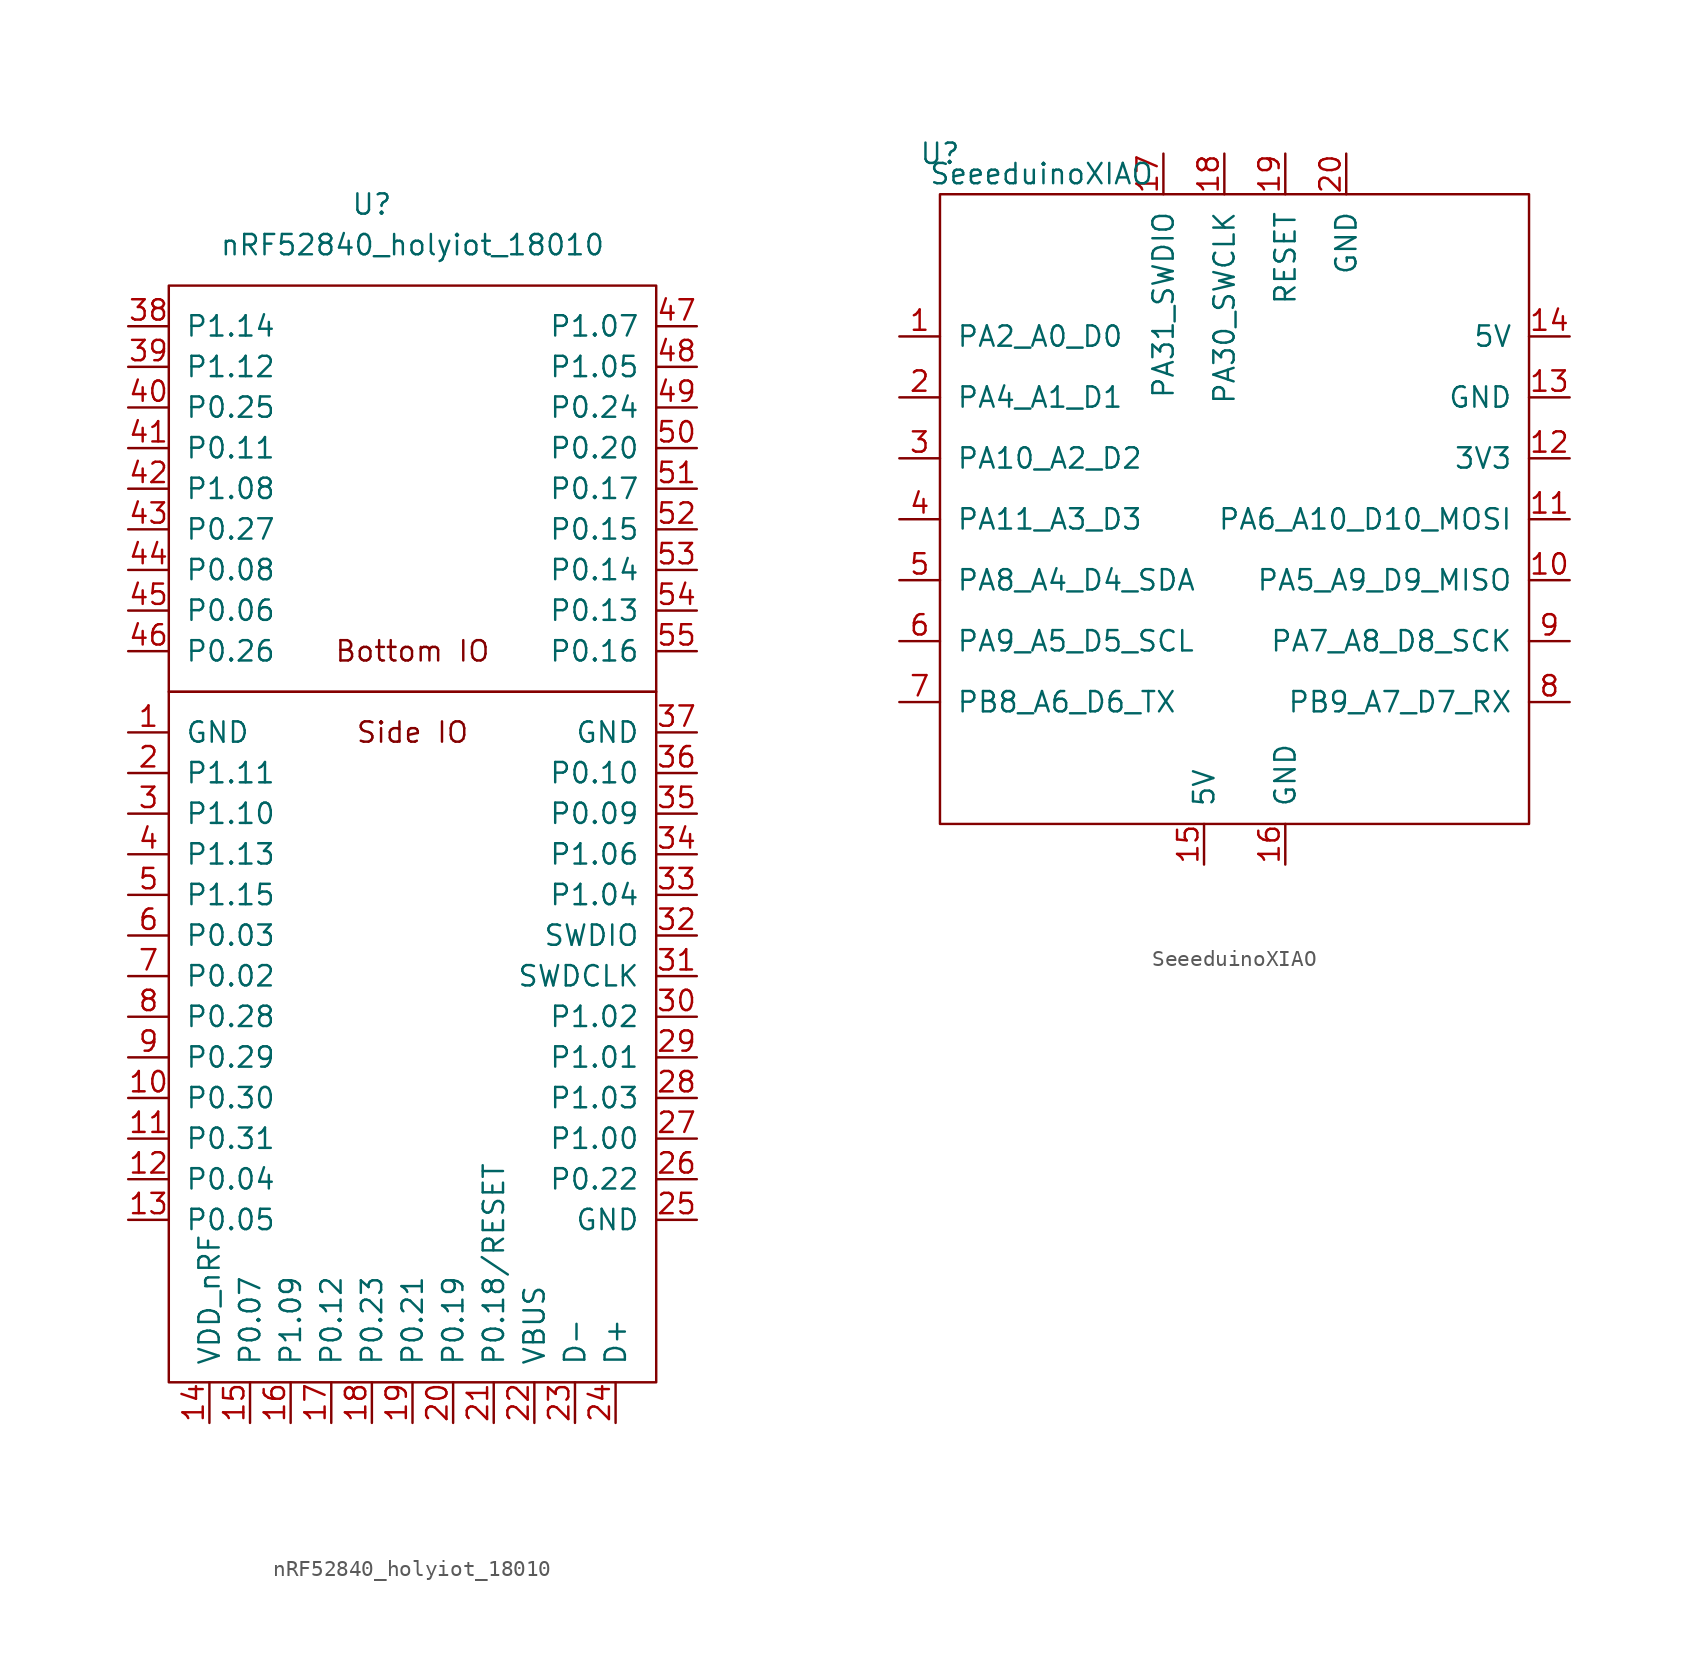
<source format=kicad_sym>
(kicad_symbol_lib
  (version 20210619)
  (generator kicad_symbol_editor)
  (symbol "nRF52840_holyiot_18010"
    (pin_names
      (offset 1.016))
    (property "Reference" "U"
      (at -2.54 39.37 0)
      (effects (font (size 1.27 1.27))))
    (property "Value" "nRF52840_holyiot_18010"
      (at 0 36.83 0)
      (effects (font (size 1.27 1.27))))
    (symbol "nRF52840_holyiot_18010_0_0"
      (text "Bottom IO" (at 0 11.43 0) (effects (font (size 1.27 1.27))))
      (text "Side IO" (at 0 6.35 0) (effects (font (size 1.27 1.27))))
      (rectangle (start -15.24 8.89) (end 15.24 -34.29) (stroke (width 0)) (fill (type none)))
      (rectangle (start -15.24 8.89) (end 15.24 34.29) (stroke (width 0)) (fill (type none))))
    (symbol "nRF52840_holyiot_18010_1_1"
      (pin power_in line (at -17.78 6.35 0) (length 2.54) (name "GND" (effects (font (size 1.27 1.27)))) (number "1" (effects (font (size 1.27 1.27)))))
      (pin bidirectional line (at -17.78 -16.51 0) (length 2.54) (name "P0.30" (effects (font (size 1.27 1.27)))) (number "10" (effects (font (size 1.27 1.27)))))
      (pin bidirectional line (at -17.78 -19.05 0) (length 2.54) (name "P0.31" (effects (font (size 1.27 1.27)))) (number "11" (effects (font (size 1.27 1.27)))))
      (pin bidirectional line (at -17.78 -21.59 0) (length 2.54) (name "P0.04" (effects (font (size 1.27 1.27)))) (number "12" (effects (font (size 1.27 1.27)))))
      (pin bidirectional line (at -17.78 -24.13 0) (length 2.54) (name "P0.05" (effects (font (size 1.27 1.27)))) (number "13" (effects (font (size 1.27 1.27)))))
      (pin power_in line (at -12.7 -36.83 90) (length 2.54) (name "VDD_nRF" (effects (font (size 1.27 1.27)))) (number "14" (effects (font (size 1.27 1.27)))))
      (pin bidirectional line (at -10.16 -36.83 90) (length 2.54) (name "P0.07" (effects (font (size 1.27 1.27)))) (number "15" (effects (font (size 1.27 1.27)))))
      (pin bidirectional line (at -7.62 -36.83 90) (length 2.54) (name "P1.09" (effects (font (size 1.27 1.27)))) (number "16" (effects (font (size 1.27 1.27)))))
      (pin bidirectional line (at -5.08 -36.83 90) (length 2.54) (name "P0.12" (effects (font (size 1.27 1.27)))) (number "17" (effects (font (size 1.27 1.27)))))
      (pin bidirectional line (at -2.54 -36.83 90) (length 2.54) (name "P0.23" (effects (font (size 1.27 1.27)))) (number "18" (effects (font (size 1.27 1.27)))))
      (pin bidirectional line (at 0 -36.83 90) (length 2.54) (name "P0.21" (effects (font (size 1.27 1.27)))) (number "19" (effects (font (size 1.27 1.27)))))
      (pin bidirectional line (at -17.78 3.81 0) (length 2.54) (name "P1.11" (effects (font (size 1.27 1.27)))) (number "2" (effects (font (size 1.27 1.27)))))
      (pin bidirectional line (at 2.54 -36.83 90) (length 2.54) (name "P0.19" (effects (font (size 1.27 1.27)))) (number "20" (effects (font (size 1.27 1.27)))))
      (pin input line (at 5.08 -36.83 90) (length 2.54) (name "P0.18/RESET" (effects (font (size 1.27 1.27)))) (number "21" (effects (font (size 1.27 1.27)))))
      (pin power_in line (at 7.62 -36.83 90) (length 2.54) (name "VBUS" (effects (font (size 1.27 1.27)))) (number "22" (effects (font (size 1.27 1.27)))))
      (pin bidirectional line (at 10.16 -36.83 90) (length 2.54) (name "D-" (effects (font (size 1.27 1.27)))) (number "23" (effects (font (size 1.27 1.27)))))
      (pin bidirectional line (at 12.7 -36.83 90) (length 2.54) (name "D+" (effects (font (size 1.27 1.27)))) (number "24" (effects (font (size 1.27 1.27)))))
      (pin power_in line (at 17.78 -24.13 180) (length 2.54) (name "GND" (effects (font (size 1.27 1.27)))) (number "25" (effects (font (size 1.27 1.27)))))
      (pin bidirectional line (at 17.78 -21.59 180) (length 2.54) (name "P0.22" (effects (font (size 1.27 1.27)))) (number "26" (effects (font (size 1.27 1.27)))))
      (pin bidirectional line (at 17.78 -19.05 180) (length 2.54) (name "P1.00" (effects (font (size 1.27 1.27)))) (number "27" (effects (font (size 1.27 1.27)))))
      (pin bidirectional line (at 17.78 -16.51 180) (length 2.54) (name "P1.03" (effects (font (size 1.27 1.27)))) (number "28" (effects (font (size 1.27 1.27)))))
      (pin bidirectional line (at 17.78 -13.97 180) (length 2.54) (name "P1.01" (effects (font (size 1.27 1.27)))) (number "29" (effects (font (size 1.27 1.27)))))
      (pin bidirectional line (at -17.78 1.27 0) (length 2.54) (name "P1.10" (effects (font (size 1.27 1.27)))) (number "3" (effects (font (size 1.27 1.27)))))
      (pin bidirectional line (at 17.78 -11.43 180) (length 2.54) (name "P1.02" (effects (font (size 1.27 1.27)))) (number "30" (effects (font (size 1.27 1.27)))))
      (pin bidirectional line (at 17.78 -8.89 180) (length 2.54) (name "SWDCLK" (effects (font (size 1.27 1.27)))) (number "31" (effects (font (size 1.27 1.27)))))
      (pin bidirectional line (at 17.78 -6.35 180) (length 2.54) (name "SWDIO" (effects (font (size 1.27 1.27)))) (number "32" (effects (font (size 1.27 1.27)))))
      (pin bidirectional line (at 17.78 -3.81 180) (length 2.54) (name "P1.04" (effects (font (size 1.27 1.27)))) (number "33" (effects (font (size 1.27 1.27)))))
      (pin bidirectional line (at 17.78 -1.27 180) (length 2.54) (name "P1.06" (effects (font (size 1.27 1.27)))) (number "34" (effects (font (size 1.27 1.27)))))
      (pin bidirectional line (at 17.78 1.27 180) (length 2.54) (name "P0.09" (effects (font (size 1.27 1.27)))) (number "35" (effects (font (size 1.27 1.27)))))
      (pin bidirectional line (at 17.78 3.81 180) (length 2.54) (name "P0.10" (effects (font (size 1.27 1.27)))) (number "36" (effects (font (size 1.27 1.27)))))
      (pin power_in line (at 17.78 6.35 180) (length 2.54) (name "GND" (effects (font (size 1.27 1.27)))) (number "37" (effects (font (size 1.27 1.27)))))
      (pin bidirectional line (at -17.78 31.75 0) (length 2.54) (name "P1.14" (effects (font (size 1.27 1.27)))) (number "38" (effects (font (size 1.27 1.27)))))
      (pin bidirectional line (at -17.78 29.21 0) (length 2.54) (name "P1.12" (effects (font (size 1.27 1.27)))) (number "39" (effects (font (size 1.27 1.27)))))
      (pin bidirectional line (at -17.78 -1.27 0) (length 2.54) (name "P1.13" (effects (font (size 1.27 1.27)))) (number "4" (effects (font (size 1.27 1.27)))))
      (pin bidirectional line (at -17.78 26.67 0) (length 2.54) (name "P0.25" (effects (font (size 1.27 1.27)))) (number "40" (effects (font (size 1.27 1.27)))))
      (pin bidirectional line (at -17.78 24.13 0) (length 2.54) (name "P0.11" (effects (font (size 1.27 1.27)))) (number "41" (effects (font (size 1.27 1.27)))))
      (pin bidirectional line (at -17.78 21.59 0) (length 2.54) (name "P1.08" (effects (font (size 1.27 1.27)))) (number "42" (effects (font (size 1.27 1.27)))))
      (pin bidirectional line (at -17.78 19.05 0) (length 2.54) (name "P0.27" (effects (font (size 1.27 1.27)))) (number "43" (effects (font (size 1.27 1.27)))))
      (pin bidirectional line (at -17.78 16.51 0) (length 2.54) (name "P0.08" (effects (font (size 1.27 1.27)))) (number "44" (effects (font (size 1.27 1.27)))))
      (pin bidirectional line (at -17.78 13.97 0) (length 2.54) (name "P0.06" (effects (font (size 1.27 1.27)))) (number "45" (effects (font (size 1.27 1.27)))))
      (pin bidirectional line (at -17.78 11.43 0) (length 2.54) (name "P0.26" (effects (font (size 1.27 1.27)))) (number "46" (effects (font (size 1.27 1.27)))))
      (pin bidirectional line (at 17.78 31.75 180) (length 2.54) (name "P1.07" (effects (font (size 1.27 1.27)))) (number "47" (effects (font (size 1.27 1.27)))))
      (pin bidirectional line (at 17.78 29.21 180) (length 2.54) (name "P1.05" (effects (font (size 1.27 1.27)))) (number "48" (effects (font (size 1.27 1.27)))))
      (pin bidirectional line (at 17.78 26.67 180) (length 2.54) (name "P0.24" (effects (font (size 1.27 1.27)))) (number "49" (effects (font (size 1.27 1.27)))))
      (pin bidirectional line (at -17.78 -3.81 0) (length 2.54) (name "P1.15" (effects (font (size 1.27 1.27)))) (number "5" (effects (font (size 1.27 1.27)))))
      (pin bidirectional line (at 17.78 24.13 180) (length 2.54) (name "P0.20" (effects (font (size 1.27 1.27)))) (number "50" (effects (font (size 1.27 1.27)))))
      (pin bidirectional line (at 17.78 21.59 180) (length 2.54) (name "P0.17" (effects (font (size 1.27 1.27)))) (number "51" (effects (font (size 1.27 1.27)))))
      (pin bidirectional line (at 17.78 19.05 180) (length 2.54) (name "P0.15" (effects (font (size 1.27 1.27)))) (number "52" (effects (font (size 1.27 1.27)))))
      (pin bidirectional line (at 17.78 16.51 180) (length 2.54) (name "P0.14" (effects (font (size 1.27 1.27)))) (number "53" (effects (font (size 1.27 1.27)))))
      (pin bidirectional line (at 17.78 13.97 180) (length 2.54) (name "P0.13" (effects (font (size 1.27 1.27)))) (number "54" (effects (font (size 1.27 1.27)))))
      (pin bidirectional line (at 17.78 11.43 180) (length 2.54) (name "P0.16" (effects (font (size 1.27 1.27)))) (number "55" (effects (font (size 1.27 1.27)))))
      (pin bidirectional line (at -17.78 -6.35 0) (length 2.54) (name "P0.03" (effects (font (size 1.27 1.27)))) (number "6" (effects (font (size 1.27 1.27)))))
      (pin bidirectional line (at -17.78 -8.89 0) (length 2.54) (name "P0.02" (effects (font (size 1.27 1.27)))) (number "7" (effects (font (size 1.27 1.27)))))
      (pin bidirectional line (at -17.78 -11.43 0) (length 2.54) (name "P0.28" (effects (font (size 1.27 1.27)))) (number "8" (effects (font (size 1.27 1.27)))))
      (pin bidirectional line (at -17.78 -13.97 0) (length 2.54) (name "P0.29" (effects (font (size 1.27 1.27)))) (number "9" (effects (font (size 1.27 1.27)))))))
  (symbol "SeeeduinoXIAO"
    (pin_names
      (offset 1.016))
    (property "Reference" "U"
      (at -19.05 22.86 0)
      (effects (font (size 1.27 1.27))))
    (property "Value" "SeeeduinoXIAO"
      (at -12.7 21.59 0)
      (effects (font (size 1.27 1.27))))
    (symbol "SeeeduinoXIAO_0_1"
      (rectangle (start -19.05 20.32) (end 17.78 -19.05) (stroke (width 0)) (fill (type none)))
      (pin input line (at 20.32 -7.62 180) (length 2.54) (name "PA7_A8_D8_SCK" (effects (font (size 1.27 1.27)))) (number "9" (effects (font (size 1.27 1.27))))))
    (symbol "SeeeduinoXIAO_1_1"
      (pin input line (at -21.59 11.43 0) (length 2.54) (name "PA2_A0_D0" (effects (font (size 1.27 1.27)))) (number "1" (effects (font (size 1.27 1.27)))))
      (pin input line (at 20.32 -3.81 180) (length 2.54) (name "PA5_A9_D9_MISO" (effects (font (size 1.27 1.27)))) (number "10" (effects (font (size 1.27 1.27)))))
      (pin input line (at 20.32 0 180) (length 2.54) (name "PA6_A10_D10_MOSI" (effects (font (size 1.27 1.27)))) (number "11" (effects (font (size 1.27 1.27)))))
      (pin input line (at 20.32 3.81 180) (length 2.54) (name "3V3" (effects (font (size 1.27 1.27)))) (number "12" (effects (font (size 1.27 1.27)))))
      (pin input line (at 20.32 7.62 180) (length 2.54) (name "GND" (effects (font (size 1.27 1.27)))) (number "13" (effects (font (size 1.27 1.27)))))
      (pin input line (at 20.32 11.43 180) (length 2.54) (name "5V" (effects (font (size 1.27 1.27)))) (number "14" (effects (font (size 1.27 1.27)))))
      (pin input line (at -2.54 -21.59 90) (length 2.54) (name "5V" (effects (font (size 1.27 1.27)))) (number "15" (effects (font (size 1.27 1.27)))))
      (pin input line (at 2.54 -21.59 90) (length 2.54) (name "GND" (effects (font (size 1.27 1.27)))) (number "16" (effects (font (size 1.27 1.27)))))
      (pin input line (at -5.08 22.86 270) (length 2.54) (name "PA31_SWDIO" (effects (font (size 1.27 1.27)))) (number "17" (effects (font (size 1.27 1.27)))))
      (pin input line (at -1.27 22.86 270) (length 2.54) (name "PA30_SWCLK" (effects (font (size 1.27 1.27)))) (number "18" (effects (font (size 1.27 1.27)))))
      (pin input line (at 2.54 22.86 270) (length 2.54) (name "RESET" (effects (font (size 1.27 1.27)))) (number "19" (effects (font (size 1.27 1.27)))))
      (pin input line (at -21.59 7.62 0) (length 2.54) (name "PA4_A1_D1" (effects (font (size 1.27 1.27)))) (number "2" (effects (font (size 1.27 1.27)))))
      (pin input line (at 6.35 22.86 270) (length 2.54) (name "GND" (effects (font (size 1.27 1.27)))) (number "20" (effects (font (size 1.27 1.27)))))
      (pin input line (at -21.59 3.81 0) (length 2.54) (name "PA10_A2_D2" (effects (font (size 1.27 1.27)))) (number "3" (effects (font (size 1.27 1.27)))))
      (pin input line (at -21.59 0 0) (length 2.54) (name "PA11_A3_D3" (effects (font (size 1.27 1.27)))) (number "4" (effects (font (size 1.27 1.27)))))
      (pin input line (at -21.59 -3.81 0) (length 2.54) (name "PA8_A4_D4_SDA" (effects (font (size 1.27 1.27)))) (number "5" (effects (font (size 1.27 1.27)))))
      (pin input line (at -21.59 -7.62 0) (length 2.54) (name "PA9_A5_D5_SCL" (effects (font (size 1.27 1.27)))) (number "6" (effects (font (size 1.27 1.27)))))
      (pin input line (at -21.59 -11.43 0) (length 2.54) (name "PB8_A6_D6_TX" (effects (font (size 1.27 1.27)))) (number "7" (effects (font (size 1.27 1.27)))))
      (pin input line (at 20.32 -11.43 180) (length 2.54) (name "PB9_A7_D7_RX" (effects (font (size 1.27 1.27)))) (number "8" (effects (font (size 1.27 1.27))))))))
</source>
